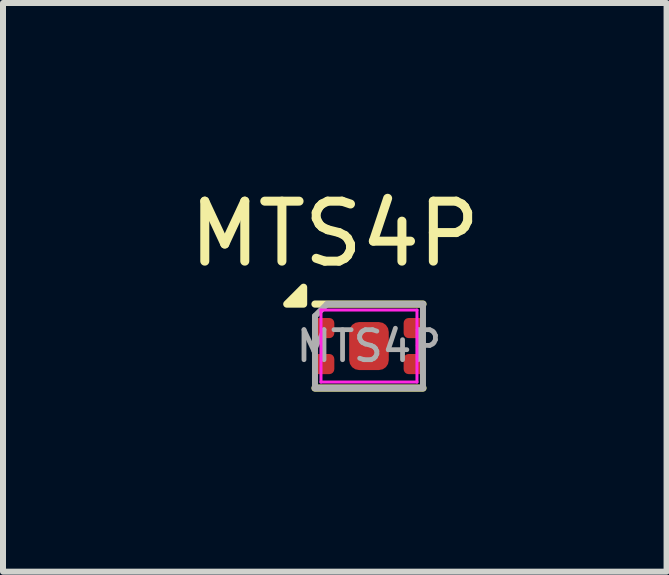
<source format=kicad_pcb>
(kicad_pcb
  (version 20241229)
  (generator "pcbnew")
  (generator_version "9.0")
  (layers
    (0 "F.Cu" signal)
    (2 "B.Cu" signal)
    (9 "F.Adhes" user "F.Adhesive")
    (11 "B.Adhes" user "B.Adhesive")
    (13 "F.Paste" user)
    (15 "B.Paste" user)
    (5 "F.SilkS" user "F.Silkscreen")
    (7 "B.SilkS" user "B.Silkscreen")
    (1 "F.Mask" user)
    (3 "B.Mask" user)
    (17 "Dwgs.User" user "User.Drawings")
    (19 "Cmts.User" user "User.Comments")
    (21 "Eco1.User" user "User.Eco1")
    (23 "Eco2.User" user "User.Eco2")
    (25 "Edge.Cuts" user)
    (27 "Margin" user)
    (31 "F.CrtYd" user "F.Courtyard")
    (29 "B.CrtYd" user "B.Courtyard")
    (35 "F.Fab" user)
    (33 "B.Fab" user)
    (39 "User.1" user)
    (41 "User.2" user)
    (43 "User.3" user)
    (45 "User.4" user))
  (footprint "MTS4P"
    (layer "F.Cu")
    (at 3.1 2.718)
    (property "Reference" "MTS4P" (at -0.57 -1.87 0) (layer "F.SilkS") (effects (font (size 1 1) (thickness 0.15))))
    (attr smd)
    (fp_line (start -0.9 -0.7) (end 0.9 -0.7) (stroke (width 0.12) (type solid)) (layer "F.SilkS"))
    (fp_line (start -0.9 0.7) (end 0.9 0.7) (stroke (width 0.12) (type solid)) (layer "F.SilkS"))
    (fp_poly (pts (xy -1.09 -0.7) (xy -1.37 -0.7) (xy -1.09 -0.98) (xy -1.09 -0.7)) (stroke (width 0.12) (type solid)) (fill yes) (layer "F.SilkS"))
    (fp_line (start -0.8 -0.6) (end -0.8 0.6) (stroke (width 0.05) (type solid)) (layer "F.CrtYd"))
    (fp_line (start -0.8 0.6) (end 0.8 0.6) (stroke (width 0.05) (type solid)) (layer "F.CrtYd"))
    (fp_line (start 0.8 -0.6) (end -0.8 -0.6) (stroke (width 0.05) (type solid)) (layer "F.CrtYd"))
    (fp_line (start 0.8 0.6) (end 0.8 -0.6) (stroke (width 0.05) (type solid)) (layer "F.CrtYd"))
    (fp_line (start -0.9 -0.5) (end -0.7 -0.7) (stroke (width 0.1) (type solid)) (layer "F.Fab"))
    (fp_line (start -0.9 0.7) (end -0.9 -0.5) (stroke (width 0.1) (type solid)) (layer "F.Fab"))
    (fp_line (start -0.7 -0.7) (end 0.9 -0.7) (stroke (width 0.1) (type solid)) (layer "F.Fab"))
    (fp_line (start 0.9 -0.7) (end 0.9 0.7) (stroke (width 0.1) (type solid)) (layer "F.Fab"))
    (fp_line (start 0.9 0.7) (end -0.9 0.7) (stroke (width 0.1) (type solid)) (layer "F.Fab"))
    (fp_text user "${REFERENCE}" (at 0 0 0) (layer "F.Fab") (effects (font (size 0.5 0.5) (thickness 0.08))))
    (pad "" smd roundrect (at -0.75 -0.3) (size 0.345 0.336) (layers "F.Paste") (roundrect_rratio 0.25))
    (pad "" smd roundrect (at -0.75 0.3) (size 0.345 0.336) (layers "F.Paste") (roundrect_rratio 0.25))
    (pad "" smd roundrect (at 0 0) (size 0.66 0.8) (layers "F.Paste") (roundrect_rratio 0.25))
    (pad "" smd roundrect (at 0.75 -0.3 180) (size 0.345 0.336) (layers "F.Paste") (roundrect_rratio 0.25))
    (pad "" smd roundrect (at 0.75 0.3 180) (size 0.345 0.336) (layers "F.Paste") (roundrect_rratio 0.25))
    (pad "1" smd roundrect (at -0.75 -0.3) (size 0.345 0.336) (layers "F.Cu" "F.Mask") (roundrect_rratio 0.25))
    (pad "2" smd roundrect (at -0.75 0.3) (size 0.345 0.336) (layers "F.Cu" "F.Mask") (roundrect_rratio 0.25))
    (pad "3" smd roundrect (at 0.75 0.3) (size 0.345 0.336) (layers "F.Cu" "F.Mask") (roundrect_rratio 0.25))
    (pad "4" smd roundrect (at 0.75 -0.3) (size 0.345 0.336) (layers "F.Cu" "F.Mask") (roundrect_rratio 0.25))
    (pad "5" smd roundrect (at 0 0) (size 0.66 0.8) (layers "F.Cu" "F.Mask") (roundrect_rratio 0.25)))
  (gr_rect
    (start -3 -3)
    (end 8.06 6.478)
    (stroke (width 0.1) (type default))
    (fill no)
    (layer "Edge.Cuts")))
</source>
